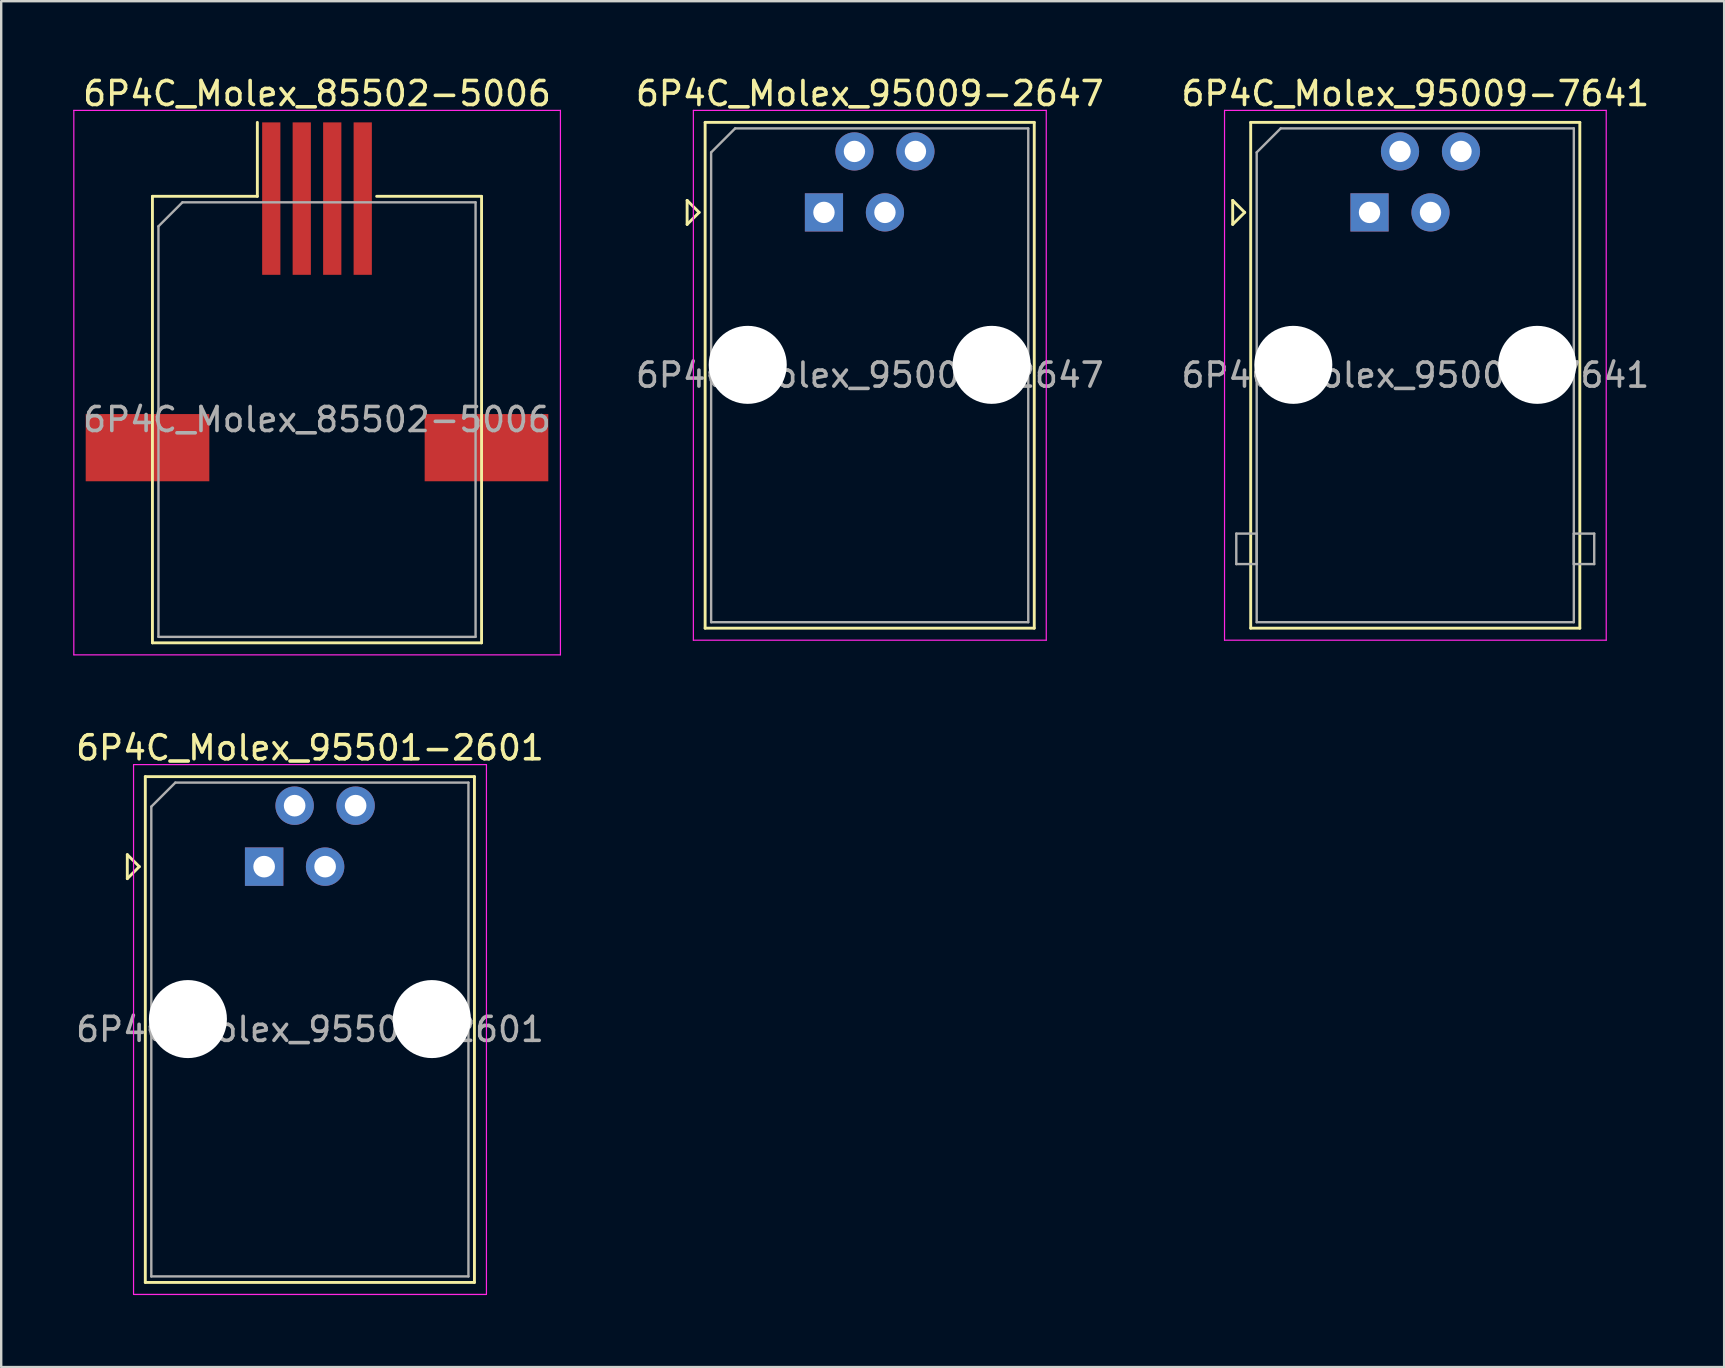
<source format=kicad_pcb>
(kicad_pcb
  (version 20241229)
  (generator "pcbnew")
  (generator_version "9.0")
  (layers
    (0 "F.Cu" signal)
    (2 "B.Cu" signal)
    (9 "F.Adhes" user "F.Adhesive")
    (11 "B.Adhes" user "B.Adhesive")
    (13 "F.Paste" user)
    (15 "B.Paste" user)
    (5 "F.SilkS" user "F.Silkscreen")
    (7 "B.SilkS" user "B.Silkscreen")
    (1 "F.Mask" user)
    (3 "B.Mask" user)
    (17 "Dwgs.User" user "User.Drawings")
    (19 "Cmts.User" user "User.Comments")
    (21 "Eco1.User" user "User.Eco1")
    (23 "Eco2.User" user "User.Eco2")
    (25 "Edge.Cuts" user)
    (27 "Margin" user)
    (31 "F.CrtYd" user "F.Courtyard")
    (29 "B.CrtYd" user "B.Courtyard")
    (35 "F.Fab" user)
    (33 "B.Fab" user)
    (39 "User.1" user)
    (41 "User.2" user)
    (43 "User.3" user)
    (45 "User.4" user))
  (footprint "6P4C_Molex_95501-2601"
    (layer "F.Cu")
    (at 7.953 33.051)
    (property "Reference" "6P4C_Molex_95501-2601" (at 1.91 -4.95 0) (layer "F.SilkS") (effects (font (size 1 1) (thickness 0.15))))
    (attr through_hole)
    (fp_line (start -5.7 -0.5) (end -5.7 0.5) (stroke (width 0.12) (type solid)) (layer "F.SilkS"))
    (fp_line (start -5.7 0.5) (end -5.2 0) (stroke (width 0.12) (type solid)) (layer "F.SilkS"))
    (fp_line (start -5.2 0) (end -5.7 -0.5) (stroke (width 0.12) (type solid)) (layer "F.SilkS"))
    (fp_line (start -4.95 -3.75) (end -4.95 17.32) (stroke (width 0.12) (type solid)) (layer "F.SilkS"))
    (fp_line (start -4.95 17.32) (end 8.76 17.32) (stroke (width 0.12) (type solid)) (layer "F.SilkS"))
    (fp_line (start 8.76 -3.75) (end -4.95 -3.75) (stroke (width 0.12) (type solid)) (layer "F.SilkS"))
    (fp_line (start 8.76 17.32) (end 8.76 -3.75) (stroke (width 0.12) (type solid)) (layer "F.SilkS"))
    (fp_line (start -5.44 -4.25) (end -5.44 17.82) (stroke (width 0.05) (type solid)) (layer "F.CrtYd"))
    (fp_line (start -5.44 17.82) (end 9.26 17.82) (stroke (width 0.05) (type solid)) (layer "F.CrtYd"))
    (fp_line (start 9.26 -4.25) (end -5.44 -4.25) (stroke (width 0.05) (type solid)) (layer "F.CrtYd"))
    (fp_line (start 9.26 17.82) (end 9.26 -4.25) (stroke (width 0.05) (type solid)) (layer "F.CrtYd"))
    (fp_line (start -4.7 -2.5) (end -4.7 17.07) (stroke (width 0.1) (type solid)) (layer "F.Fab"))
    (fp_line (start -4.7 17.07) (end 8.51 17.07) (stroke (width 0.1) (type solid)) (layer "F.Fab"))
    (fp_line (start -3.7 -3.5) (end -4.7 -2.5) (stroke (width 0.1) (type solid)) (layer "F.Fab"))
    (fp_line (start 8.51 -3.5) (end -3.7 -3.5) (stroke (width 0.1) (type solid)) (layer "F.Fab"))
    (fp_line (start 8.51 17.07) (end 8.51 -3.5) (stroke (width 0.1) (type solid)) (layer "F.Fab"))
    (fp_text user "${REFERENCE}" (at 1.91 6.78 0) (layer "F.Fab") (effects (font (size 1 1) (thickness 0.15))))
    (pad "" np_thru_hole circle (at -3.175 6.35) (size 3.25 3.25) (drill 3.25) (layers "*.Cu" "*.Mask"))
    (pad "" np_thru_hole circle (at 6.985 6.35) (size 3.25 3.25) (drill 3.25) (layers "*.Cu" "*.Mask"))
    (pad "1" thru_hole rect (at 0 0) (size 1.6 1.6) (drill 0.9) (layers "*.Cu" "*.Mask"))
    (pad "2" thru_hole circle (at 1.27 -2.54) (size 1.6 1.6) (drill 0.9) (layers "*.Cu" "*.Mask"))
    (pad "3" thru_hole circle (at 2.54 0) (size 1.6 1.6) (drill 0.9) (layers "*.Cu" "*.Mask"))
    (pad "4" thru_hole circle (at 3.81 -2.54) (size 1.6 1.6) (drill 0.9) (layers "*.Cu" "*.Mask")))
  (footprint "6P4C_Molex_95009-7641"
    (layer "F.Cu")
    (at 53.999 5.798)
    (property "Reference" "6P4C_Molex_95009-7641" (at 1.91 -4.95 0) (layer "F.SilkS") (effects (font (size 1 1) (thickness 0.15))))
    (attr through_hole)
    (fp_line (start -5.7 -0.5) (end -5.7 0.5) (stroke (width 0.12) (type solid)) (layer "F.SilkS"))
    (fp_line (start -5.7 0.5) (end -5.2 0) (stroke (width 0.12) (type solid)) (layer "F.SilkS"))
    (fp_line (start -5.2 0) (end -5.7 -0.5) (stroke (width 0.12) (type solid)) (layer "F.SilkS"))
    (fp_line (start -4.95 -3.75) (end -4.95 17.32) (stroke (width 0.12) (type solid)) (layer "F.SilkS"))
    (fp_line (start -4.95 17.32) (end 8.76 17.32) (stroke (width 0.12) (type solid)) (layer "F.SilkS"))
    (fp_line (start 8.76 -3.75) (end -4.95 -3.75) (stroke (width 0.12) (type solid)) (layer "F.SilkS"))
    (fp_line (start 8.76 17.32) (end 8.76 -3.75) (stroke (width 0.12) (type solid)) (layer "F.SilkS"))
    (fp_line (start -6.04 -4.25) (end -6.04 17.82) (stroke (width 0.05) (type solid)) (layer "F.CrtYd"))
    (fp_line (start -6.04 17.82) (end 9.86 17.82) (stroke (width 0.05) (type solid)) (layer "F.CrtYd"))
    (fp_line (start 9.86 -4.25) (end -6.04 -4.25) (stroke (width 0.05) (type solid)) (layer "F.CrtYd"))
    (fp_line (start 9.86 17.82) (end 9.86 -4.25) (stroke (width 0.05) (type solid)) (layer "F.CrtYd"))
    (fp_line (start -5.55 13.38) (end -5.55 14.65) (stroke (width 0.1) (type solid)) (layer "F.Fab"))
    (fp_line (start -5.55 14.65) (end -4.7 14.65) (stroke (width 0.1) (type solid)) (layer "F.Fab"))
    (fp_line (start -4.7 -2.5) (end -4.7 17.07) (stroke (width 0.1) (type solid)) (layer "F.Fab"))
    (fp_line (start -4.7 13.38) (end -5.55 13.38) (stroke (width 0.1) (type solid)) (layer "F.Fab"))
    (fp_line (start -4.7 14.65) (end -4.7 13.38) (stroke (width 0.1) (type solid)) (layer "F.Fab"))
    (fp_line (start -4.7 17.07) (end 8.51 17.07) (stroke (width 0.1) (type solid)) (layer "F.Fab"))
    (fp_line (start -3.7 -3.5) (end -4.7 -2.5) (stroke (width 0.1) (type solid)) (layer "F.Fab"))
    (fp_line (start 8.51 -3.5) (end -3.7 -3.5) (stroke (width 0.1) (type solid)) (layer "F.Fab"))
    (fp_line (start 8.51 13.38) (end 9.36 13.38) (stroke (width 0.1) (type solid)) (layer "F.Fab"))
    (fp_line (start 8.51 14.65) (end 8.51 13.38) (stroke (width 0.1) (type solid)) (layer "F.Fab"))
    (fp_line (start 8.51 17.07) (end 8.51 -3.5) (stroke (width 0.1) (type solid)) (layer "F.Fab"))
    (fp_line (start 9.36 13.38) (end 9.36 14.65) (stroke (width 0.1) (type solid)) (layer "F.Fab"))
    (fp_line (start 9.36 14.65) (end 8.51 14.65) (stroke (width 0.1) (type solid)) (layer "F.Fab"))
    (fp_text user "${REFERENCE}" (at 1.91 6.78 0) (layer "F.Fab") (effects (font (size 1 1) (thickness 0.15))))
    (pad "" np_thru_hole circle (at -3.175 6.35) (size 3.25 3.25) (drill 3.25) (layers "*.Cu" "*.Mask"))
    (pad "" np_thru_hole circle (at 6.985 6.35) (size 3.25 3.25) (drill 3.25) (layers "*.Cu" "*.Mask"))
    (pad "1" thru_hole rect (at 0 0) (size 1.59 1.59) (drill 0.89) (layers "*.Cu" "*.Mask"))
    (pad "2" thru_hole circle (at 1.27 -2.54) (size 1.59 1.59) (drill 0.89) (layers "*.Cu" "*.Mask"))
    (pad "3" thru_hole circle (at 2.54 0) (size 1.59 1.59) (drill 0.89) (layers "*.Cu" "*.Mask"))
    (pad "4" thru_hole circle (at 3.81 -2.54) (size 1.59 1.59) (drill 0.89) (layers "*.Cu" "*.Mask")))
  (footprint "6P4C_Molex_95009-2647"
    (layer "F.Cu")
    (at 31.273 5.798)
    (property "Reference" "6P4C_Molex_95009-2647" (at 1.91 -4.95 0) (layer "F.SilkS") (effects (font (size 1 1) (thickness 0.15))))
    (attr through_hole)
    (fp_line (start -5.7 -0.5) (end -5.7 0.5) (stroke (width 0.12) (type solid)) (layer "F.SilkS"))
    (fp_line (start -5.7 0.5) (end -5.2 0) (stroke (width 0.12) (type solid)) (layer "F.SilkS"))
    (fp_line (start -5.2 0) (end -5.7 -0.5) (stroke (width 0.12) (type solid)) (layer "F.SilkS"))
    (fp_line (start -4.95 -3.75) (end -4.95 17.32) (stroke (width 0.12) (type solid)) (layer "F.SilkS"))
    (fp_line (start -4.95 17.32) (end 8.76 17.32) (stroke (width 0.12) (type solid)) (layer "F.SilkS"))
    (fp_line (start 8.76 -3.75) (end -4.95 -3.75) (stroke (width 0.12) (type solid)) (layer "F.SilkS"))
    (fp_line (start 8.76 17.32) (end 8.76 -3.75) (stroke (width 0.12) (type solid)) (layer "F.SilkS"))
    (fp_line (start -5.44 -4.25) (end -5.44 17.82) (stroke (width 0.05) (type solid)) (layer "F.CrtYd"))
    (fp_line (start -5.44 17.82) (end 9.26 17.82) (stroke (width 0.05) (type solid)) (layer "F.CrtYd"))
    (fp_line (start 9.26 -4.25) (end -5.44 -4.25) (stroke (width 0.05) (type solid)) (layer "F.CrtYd"))
    (fp_line (start 9.26 17.82) (end 9.26 -4.25) (stroke (width 0.05) (type solid)) (layer "F.CrtYd"))
    (fp_line (start -4.7 -2.5) (end -4.7 17.07) (stroke (width 0.1) (type solid)) (layer "F.Fab"))
    (fp_line (start -4.7 17.07) (end 8.51 17.07) (stroke (width 0.1) (type solid)) (layer "F.Fab"))
    (fp_line (start -3.7 -3.5) (end -4.7 -2.5) (stroke (width 0.1) (type solid)) (layer "F.Fab"))
    (fp_line (start 8.51 -3.5) (end -3.7 -3.5) (stroke (width 0.1) (type solid)) (layer "F.Fab"))
    (fp_line (start 8.51 17.07) (end 8.51 -3.5) (stroke (width 0.1) (type solid)) (layer "F.Fab"))
    (fp_text user "${REFERENCE}" (at 1.91 6.78 0) (layer "F.Fab") (effects (font (size 1 1) (thickness 0.15))))
    (pad "" np_thru_hole circle (at -3.175 6.35) (size 3.25 3.25) (drill 3.25) (layers "*.Cu" "*.Mask"))
    (pad "" np_thru_hole circle (at 6.985 6.35) (size 3.25 3.25) (drill 3.25) (layers "*.Cu" "*.Mask"))
    (pad "1" thru_hole rect (at 0 0) (size 1.59 1.59) (drill 0.89) (layers "*.Cu" "*.Mask"))
    (pad "2" thru_hole circle (at 1.27 -2.54) (size 1.59 1.59) (drill 0.89) (layers "*.Cu" "*.Mask"))
    (pad "3" thru_hole circle (at 2.54 0) (size 1.59 1.59) (drill 0.89) (layers "*.Cu" "*.Mask"))
    (pad "4" thru_hole circle (at 3.81 -2.54) (size 1.59 1.59) (drill 0.89) (layers "*.Cu" "*.Mask")))
  (footprint "6P4C_Molex_85502-5006"
    (layer "F.Cu")
    (at 10.155 15.478)
    (property "Reference" "6P4C_Molex_85502-5006" (at 0 -14.63 0) (layer "F.SilkS") (effects (font (size 1 1) (thickness 0.15))))
    (attr smd)
    (fp_line (start -6.855 -10.35) (end -6.855 8.25) (stroke (width 0.12) (type solid)) (layer "F.SilkS"))
    (fp_line (start -6.855 8.25) (end 6.855 8.25) (stroke (width 0.12) (type solid)) (layer "F.SilkS"))
    (fp_line (start -2.485 -13.43) (end -2.485 -10.35) (stroke (width 0.12) (type solid)) (layer "F.SilkS"))
    (fp_line (start -2.485 -10.35) (end -6.855 -10.35) (stroke (width 0.12) (type solid)) (layer "F.SilkS"))
    (fp_line (start 6.855 -10.35) (end 2.485 -10.35) (stroke (width 0.12) (type solid)) (layer "F.SilkS"))
    (fp_line (start 6.855 8.25) (end 6.855 -10.35) (stroke (width 0.12) (type solid)) (layer "F.SilkS"))
    (fp_line (start -10.13 -13.93) (end -10.13 8.75) (stroke (width 0.05) (type solid)) (layer "F.CrtYd"))
    (fp_line (start -10.13 8.75) (end 10.14 8.75) (stroke (width 0.05) (type solid)) (layer "F.CrtYd"))
    (fp_line (start 10.14 -13.93) (end -10.13 -13.93) (stroke (width 0.05) (type solid)) (layer "F.CrtYd"))
    (fp_line (start 10.14 8.75) (end 10.14 -13.93) (stroke (width 0.05) (type solid)) (layer "F.CrtYd"))
    (fp_line (start -6.605 -9.1) (end -6.605 8) (stroke (width 0.1) (type solid)) (layer "F.Fab"))
    (fp_line (start -6.605 8) (end 6.605 8) (stroke (width 0.1) (type solid)) (layer "F.Fab"))
    (fp_line (start -5.605 -10.1) (end -6.605 -9.1) (stroke (width 0.1) (type solid)) (layer "F.Fab"))
    (fp_line (start 6.605 -10.1) (end -5.605 -10.1) (stroke (width 0.1) (type solid)) (layer "F.Fab"))
    (fp_line (start 6.605 8) (end 6.605 -10.1) (stroke (width 0.1) (type solid)) (layer "F.Fab"))
    (fp_text user "${REFERENCE}" (at 0 -1.05 0) (layer "F.Fab") (effects (font (size 1 1) (thickness 0.15))))
    (pad "" smd rect (at -7.06 0.12) (size 5.15 2.8) (layers "F.Cu" "F.Mask" "F.Paste"))
    (pad "" smd rect (at 7.06 0.12) (size 5.15 2.8) (layers "F.Cu" "F.Mask" "F.Paste"))
    (pad "1" smd rect (at -1.905 -10.255) (size 0.76 6.35) (layers "F.Cu" "F.Mask" "F.Paste"))
    (pad "2" smd rect (at -0.635 -10.255) (size 0.76 6.35) (layers "F.Cu" "F.Mask" "F.Paste"))
    (pad "3" smd rect (at 0.635 -10.255) (size 0.76 6.35) (layers "F.Cu" "F.Mask" "F.Paste"))
    (pad "4" smd rect (at 1.905 -10.255) (size 0.76 6.35) (layers "F.Cu" "F.Mask" "F.Paste")))
  (gr_rect
    (start -3 -3)
    (end 68.772 53.897)
    (stroke (width 0.1) (type default))
    (fill no)
    (layer "Edge.Cuts")))
</source>
